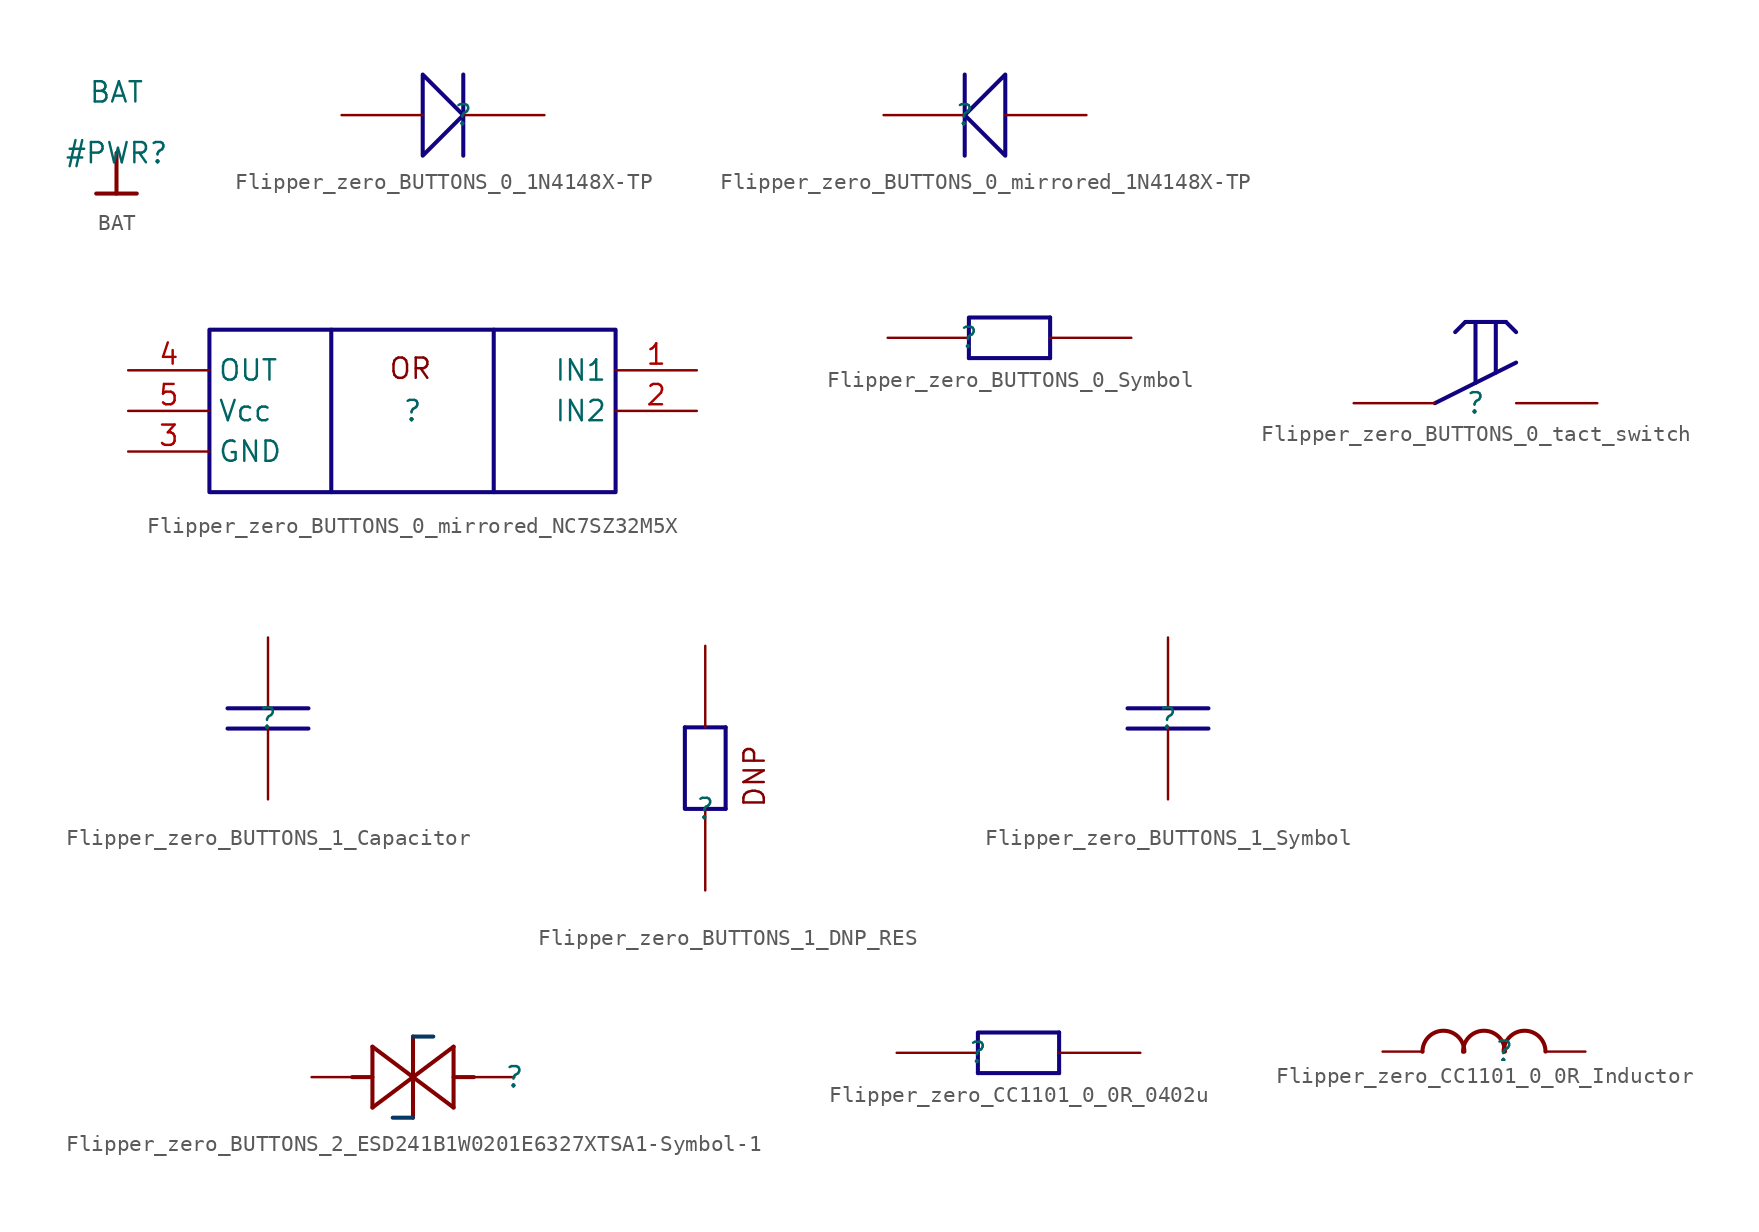
<source format=kicad_sym>
(kicad_symbol_lib
  (version 20220914)
  (generator kicad_symbol_editor)
  (symbol "BAT"
    (power)
    (property "Reference" "#PWR"
      (at 0 0 0)
      (effects (font (size 1.27 1.27))))
    (property "Value" "BAT"
      (at 0 3.81 0)
      (effects (font (size 1.27 1.27))))
    (symbol "BAT_0_0"
      (polyline (pts (xy -1.27 -2.54) (xy 1.27 -2.54)) (stroke (width 0.254) (type solid)) (fill (type none)))
      (polyline (pts (xy 0 0) (xy 0 -2.54)) (stroke (width 0.254) (type solid)) (fill (type none)))
      (pin power_in line (at 0 0 0) (length 0) hide (name "BAT" (effects (font (size 1.27 1.27)))) (number "" (effects (font (size 1.27 1.27)))))))
  (symbol "Flipper_zero_BUTTONS_0_1N4148X-TP"
    (property "Reference" ""
      (at 0 0 0)
      (effects (font (size 1.27 1.27))))
    (property "Value" ""
      (at 0 0 0)
      (effects (font (size 1.27 1.27))))
    (symbol "Flipper_zero_BUTTONS_0_1N4148X-TP_1_0"
      (polyline (pts (xy 0 2.54) (xy 0 -2.54)) (stroke (width 0.254) (type solid) (color 17 3 127 1)) (fill (type none)))
      (polyline (pts (xy -2.54 2.54) (xy -2.54 -2.54) (xy 0 0) (xy -2.54 2.54)) (stroke (width 0.254) (type solid) (color 17 3 127 1)) (fill (type none)))
      (pin passive line (at 5.08 0 180) (length 5.08) (name "1" (effects (font (size 0 0)))) (number "1" (effects (font (size 0 0)))))
      (pin passive line (at -7.62 0 0) (length 5.08) (name "2" (effects (font (size 0 0)))) (number "2" (effects (font (size 0 0)))))))
  (symbol "Flipper_zero_BUTTONS_0_mirrored_1N4148X-TP"
    (property "Reference" ""
      (at 0 0 0)
      (effects (font (size 1.27 1.27))))
    (property "Value" ""
      (at 0 0 0)
      (effects (font (size 1.27 1.27))))
    (symbol "Flipper_zero_BUTTONS_0_mirrored_1N4148X-TP_1_0"
      (polyline (pts (xy 0 2.54) (xy 0 -2.54)) (stroke (width 0.254) (type solid) (color 17 3 127 1)) (fill (type none)))
      (polyline (pts (xy 2.54 2.54) (xy 2.54 -2.54) (xy 0 0) (xy 2.54 2.54)) (stroke (width 0.254) (type solid) (color 17 3 127 1)) (fill (type none)))
      (pin passive line (at -5.08 0 0) (length 5.08) (name "1" (effects (font (size 0 0)))) (number "1" (effects (font (size 0 0)))))
      (pin passive line (at 7.62 0 180) (length 5.08) (name "2" (effects (font (size 0 0)))) (number "2" (effects (font (size 0 0)))))))
  (symbol "Flipper_zero_BUTTONS_0_mirrored_NC7SZ32M5X"
    (property "Reference" ""
      (at 0 0 0)
      (effects (font (size 1.27 1.27))))
    (property "Value" ""
      (at 0 0 0)
      (effects (font (size 1.27 1.27))))
    (symbol "Flipper_zero_BUTTONS_0_mirrored_NC7SZ32M5X_1_0"
      (polyline (pts (xy -5.08 5.08) (xy -5.08 -5.08)) (stroke (width 0.254) (type solid) (color 17 3 127 1)) (fill (type none)))
      (polyline (pts (xy 5.08 5.08) (xy 5.08 -5.08)) (stroke (width 0.254) (type solid) (color 17 3 127 1)) (fill (type none)))
      (polyline (pts (xy 12.7 -5.08) (xy 12.7 5.08) (xy -12.7 5.08) (xy -12.7 -5.08) (xy 12.7 -5.08)) (stroke (width 0.254) (type solid) (color 17 3 127 1)) (fill (type none)))
      (text "OR" (at 1.27 1.905 0) (effects (font (size 1.27 1.27)) (justify right bottom)))
      (pin passive line (at 17.78 2.54 180) (length 5.08) (name "IN1" (effects (font (size 1.27 1.27)))) (number "1" (effects (font (size 1.27 1.27)))))
      (pin passive line (at 17.78 0 180) (length 5.08) (name "IN2" (effects (font (size 1.27 1.27)))) (number "2" (effects (font (size 1.27 1.27)))))
      (pin passive line (at -17.78 -2.54 0) (length 5.08) (name "GND" (effects (font (size 1.27 1.27)))) (number "3" (effects (font (size 1.27 1.27)))))
      (pin passive line (at -17.78 2.54 0) (length 5.08) (name "OUT" (effects (font (size 1.27 1.27)))) (number "4" (effects (font (size 1.27 1.27)))))
      (pin passive line (at -17.78 0 0) (length 5.08) (name "Vcc" (effects (font (size 1.27 1.27)))) (number "5" (effects (font (size 1.27 1.27)))))))
  (symbol "Flipper_zero_BUTTONS_0_Symbol"
    (property "Reference" ""
      (at 0 0 0)
      (effects (font (size 1.27 1.27))))
    (property "Value" ""
      (at 0 0 0)
      (effects (font (size 1.27 1.27))))
    (symbol "Flipper_zero_BUTTONS_0_Symbol_1_0"
      (polyline (pts (xy 0 -1.27) (xy 5.08 -1.27)) (stroke (width 0.254) (type solid) (color 17 3 127 1)) (fill (type none)))
      (polyline (pts (xy 5.08 1.27) (xy 5.08 -1.27)) (stroke (width 0.254) (type solid) (color 17 3 127 1)) (fill (type none)))
      (polyline (pts (xy 0 -1.27) (xy 0 1.27) (xy 5.08 1.27)) (stroke (width 0.254) (type solid) (color 17 3 127 1)) (fill (type none)))
      (pin passive line (at 10.16 0 180) (length 5.08) (name "1" (effects (font (size 0 0)))) (number "1" (effects (font (size 0 0)))))
      (pin tri_state line (at -5.08 0 0) (length 5.08) (name "2" (effects (font (size 0 0)))) (number "2" (effects (font (size 0 0)))))))
  (symbol "Flipper_zero_BUTTONS_0_tact_switch"
    (property "Reference" ""
      (at 0 0 0)
      (effects (font (size 1.27 1.27))))
    (property "Value" ""
      (at 0 0 0)
      (effects (font (size 1.27 1.27))))
    (symbol "Flipper_zero_BUTTONS_0_tact_switch_1_0"
      (polyline (pts (xy -2.54 0) (xy 2.54 2.54)) (stroke (width 0.254) (type solid) (color 17 3 127 1)) (fill (type none)))
      (polyline (pts (xy -0.635 5.08) (xy -1.27 4.445)) (stroke (width 0.254) (type solid) (color 17 3 127 1)) (fill (type none)))
      (polyline (pts (xy -0.635 5.08) (xy 1.905 5.08)) (stroke (width 0.254) (type solid) (color 17 3 127 1)) (fill (type none)))
      (polyline (pts (xy 0 1.27) (xy 0 5.08)) (stroke (width 0.254) (type solid) (color 17 3 127 1)) (fill (type none)))
      (polyline (pts (xy 1.27 1.905) (xy 1.27 5.08)) (stroke (width 0.254) (type solid) (color 17 3 127 1)) (fill (type none)))
      (polyline (pts (xy 1.905 5.08) (xy 2.54 4.445)) (stroke (width 0.254) (type solid) (color 17 3 127 1)) (fill (type none)))
      (pin passive line (at -7.62 0 0) (length 5.08) (name "1" (effects (font (size 0 0)))) (number "1" (effects (font (size 0 0)))))
      (pin passive line (at 7.62 0 180) (length 5.08) (name "2" (effects (font (size 0 0)))) (number "2" (effects (font (size 0 0)))))))
  (symbol "Flipper_zero_BUTTONS_1_Capacitor"
    (property "Reference" ""
      (at 0 0 0)
      (effects (font (size 1.27 1.27))))
    (property "Value" ""
      (at 0 0 0)
      (effects (font (size 1.27 1.27))))
    (symbol "Flipper_zero_BUTTONS_1_Capacitor_1_0"
      (polyline (pts (xy -2.54 -0.635) (xy 2.54 -0.635)) (stroke (width 0.254) (type solid) (color 17 3 127 1)) (fill (type none)))
      (polyline (pts (xy -2.54 0.635) (xy 2.54 0.635)) (stroke (width 0.254) (type solid) (color 17 3 127 1)) (fill (type none)))
      (pin passive line (at 0 -5.08 90) (length 4.445) (name "1" (effects (font (size 0 0)))) (number "1" (effects (font (size 0 0)))))
      (pin passive line (at 0 5.08 270) (length 4.445) (name "2" (effects (font (size 0 0)))) (number "2" (effects (font (size 0 0)))))))
  (symbol "Flipper_zero_BUTTONS_1_DNP_RES"
    (property "Reference" ""
      (at 0 0 0)
      (effects (font (size 1.27 1.27))))
    (property "Value" ""
      (at 0 0 0)
      (effects (font (size 1.27 1.27))))
    (symbol "Flipper_zero_BUTTONS_1_DNP_RES_1_0"
      (polyline (pts (xy -1.27 5.08) (xy 1.27 5.08)) (stroke (width 0.254) (type solid) (color 17 3 127 1)) (fill (type none)))
      (polyline (pts (xy 1.27 0) (xy 1.27 5.08)) (stroke (width 0.254) (type solid) (color 17 3 127 1)) (fill (type none)))
      (polyline (pts (xy 1.27 0) (xy -1.27 0) (xy -1.27 5.08)) (stroke (width 0.254) (type solid) (color 17 3 127 1)) (fill (type none)))
      (text "DNP" (at 3.81 0 900) (effects (font (size 1.27 1.27)) (justify left bottom)))
      (pin passive line (at 0 10.16 270) (length 5.08) (name "1" (effects (font (size 0 0)))) (number "1" (effects (font (size 0 0)))))
      (pin passive line (at 0 -5.08 90) (length 5.08) (name "2" (effects (font (size 0 0)))) (number "2" (effects (font (size 0 0)))))))
  (symbol "Flipper_zero_BUTTONS_1_Symbol"
    (property "Reference" ""
      (at 0 0 0)
      (effects (font (size 1.27 1.27))))
    (property "Value" ""
      (at 0 0 0)
      (effects (font (size 1.27 1.27))))
    (symbol "Flipper_zero_BUTTONS_1_Symbol_1_0"
      (polyline (pts (xy -2.54 -0.635) (xy 2.54 -0.635)) (stroke (width 0.254) (type solid) (color 17 3 127 1)) (fill (type none)))
      (polyline (pts (xy -2.54 0.635) (xy 2.54 0.635)) (stroke (width 0.254) (type solid) (color 17 3 127 1)) (fill (type none)))
      (pin passive line (at 0 -5.08 90) (length 4.445) (name "1" (effects (font (size 0 0)))) (number "1" (effects (font (size 0 0)))))
      (pin passive line (at 0 5.08 270) (length 4.445) (name "2" (effects (font (size 0 0)))) (number "2" (effects (font (size 0 0)))))))
  (symbol "Flipper_zero_BUTTONS_2_ESD241B1W0201E6327XTSA1-Symbol-1"
    (property "Reference" ""
      (at 0 0 0)
      (effects (font (size 1.27 1.27))))
    (property "Value" ""
      (at 0 0 0)
      (effects (font (size 1.27 1.27))))
    (symbol "Flipper_zero_BUTTONS_2_ESD241B1W0201E6327XTSA1-Symbol-1_1_0"
      (polyline (pts (xy -8.89 -1.905) (xy -8.89 1.905)) (stroke (width 0.254) (type solid)) (fill (type none)))
      (polyline (pts (xy -8.89 0) (xy -10.16 0)) (stroke (width 0.254) (type solid)) (fill (type none)))
      (polyline (pts (xy -8.89 1.905) (xy -6.35 0)) (stroke (width 0.254) (type solid)) (fill (type none)))
      (polyline (pts (xy -6.35 -2.54) (xy -7.62 -2.54)) (stroke (width 0.254) (type solid) (color 7 55 99 1)) (fill (type none)))
      (polyline (pts (xy -6.35 0) (xy -8.89 -1.905)) (stroke (width 0.254) (type solid)) (fill (type none)))
      (polyline (pts (xy -6.35 0) (xy -3.81 -1.905)) (stroke (width 0.254) (type solid)) (fill (type none)))
      (polyline (pts (xy -6.35 2.54) (xy -6.35 -2.54)) (stroke (width 0.254) (type solid)) (fill (type none)))
      (polyline (pts (xy -5.08 2.54) (xy -6.35 2.54)) (stroke (width 0.254) (type solid) (color 7 55 99 1)) (fill (type none)))
      (polyline (pts (xy -3.81 -1.905) (xy -3.81 1.905)) (stroke (width 0.254) (type solid)) (fill (type none)))
      (polyline (pts (xy -3.81 1.905) (xy -6.35 0)) (stroke (width 0.254) (type solid)) (fill (type none)))
      (polyline (pts (xy -2.54 0) (xy -3.81 0)) (stroke (width 0.254) (type solid)) (fill (type none)))
      (pin passive line (at -12.7 0 0) (length 2.54) (name "1" (effects (font (size 0 0)))) (number "1" (effects (font (size 0 0)))))
      (pin passive line (at 0 0 180) (length 2.54) (name "2" (effects (font (size 0 0)))) (number "2" (effects (font (size 0 0)))))))
  (symbol "Flipper_zero_CC1101_0_0R_0402u"
    (property "Reference" ""
      (at 0 0 0)
      (effects (font (size 1.27 1.27))))
    (property "Value" ""
      (at 0 0 0)
      (effects (font (size 1.27 1.27))))
    (symbol "Flipper_zero_CC1101_0_0R_0402u_1_0"
      (polyline (pts (xy 0 -1.27) (xy 5.08 -1.27)) (stroke (width 0.254) (type solid) (color 17 3 127 1)) (fill (type none)))
      (polyline (pts (xy 5.08 1.27) (xy 5.08 -1.27)) (stroke (width 0.254) (type solid) (color 17 3 127 1)) (fill (type none)))
      (polyline (pts (xy 0 -1.27) (xy 0 1.27) (xy 5.08 1.27)) (stroke (width 0.254) (type solid) (color 17 3 127 1)) (fill (type none)))
      (pin passive line (at 10.16 0 180) (length 5.08) (name "1" (effects (font (size 0 0)))) (number "1" (effects (font (size 0 0)))))
      (pin passive line (at -5.08 0 0) (length 5.08) (name "2" (effects (font (size 0 0)))) (number "2" (effects (font (size 0 0)))))))
  (symbol "Flipper_zero_CC1101_0_0R_Inductor"
    (property "Reference" ""
      (at 0 0 0)
      (effects (font (size 1.27 1.27))))
    (property "Value" ""
      (at 0 0 0)
      (effects (font (size 1.27 1.27))))
    (symbol "Flipper_zero_CC1101_0_0R_Inductor_1_0"
      (arc (start -2.498 0.0003) (mid -3.8157 1.312) (end -5.122 -0.0112) (stroke (width 0.254) (type solid)) (fill (type none)))
      (arc (start 0.042 0.0003) (mid -1.2757 1.312) (end -2.582 -0.0112) (stroke (width 0.254) (type solid)) (fill (type none)))
      (arc (start 2.582 0.0003) (mid 1.2643 1.312) (end -0.042 -0.0112) (stroke (width 0.254) (type solid)) (fill (type none)))
      (pin passive line (at -7.62 0 0) (length 2.54) (name "1" (effects (font (size 0 0)))) (number "1" (effects (font (size 0 0)))))
      (pin passive line (at 5.08 0 180) (length 2.54) (name "2" (effects (font (size 0 0)))) (number "2" (effects (font (size 0 0))))))))
</source>
